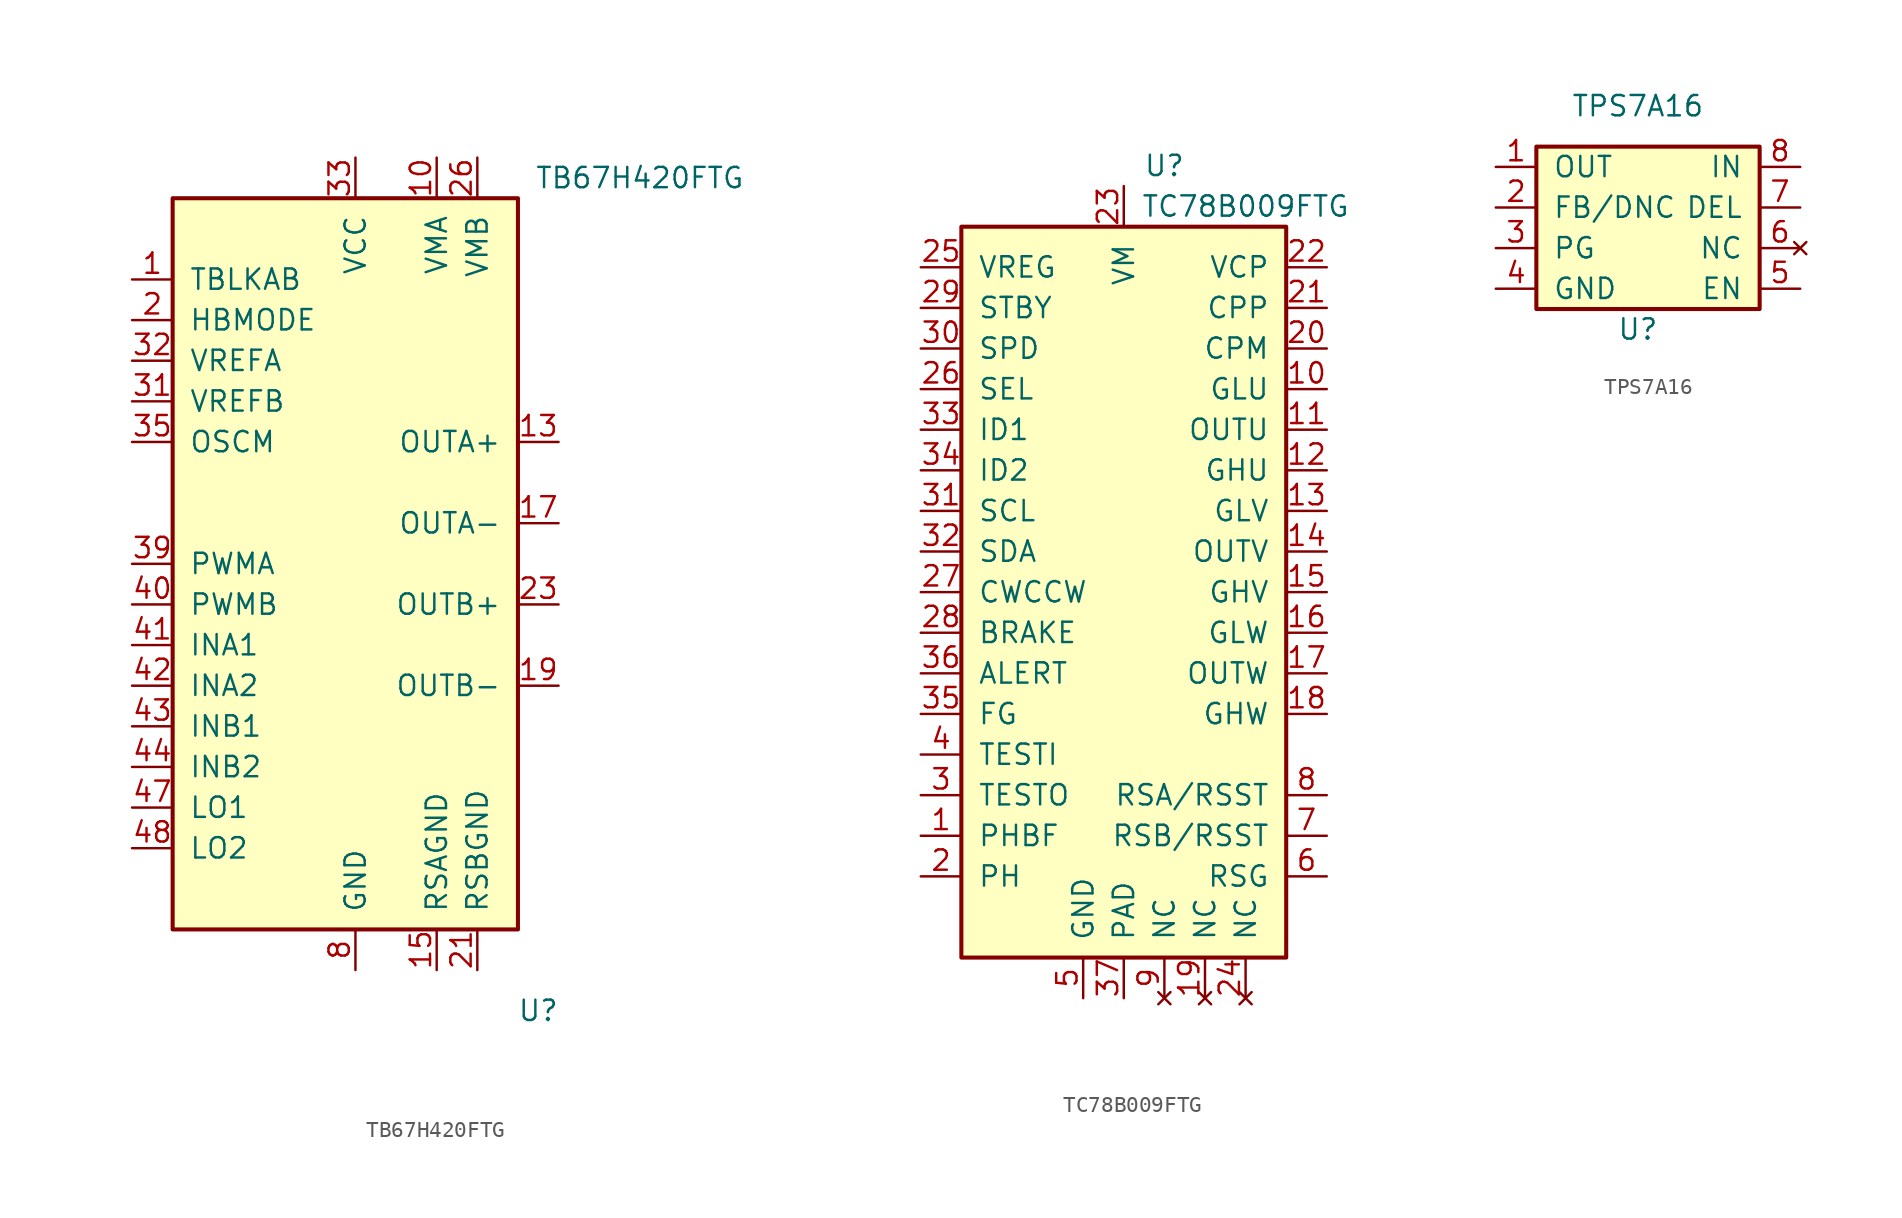
<source format=kicad_sym>
(kicad_symbol_lib
  (version 20211014)
  (generator kicad_symbol_editor)
  (symbol "TB67H420FTG"
    (pin_names
      (offset 1.016))
    (property "Reference" "U"
      (at 11.43 -27.94 0)
      (effects (font (size 1.27 1.27))))
    (property "Value" "TB67H420FTG"
      (at 17.78 24.13 0)
      (effects (font (size 1.27 1.27))))
    (symbol "TB67H420FTG_0_1"
      (rectangle (start -11.43 22.86) (end 10.16 -22.86) (stroke (width 0.254) (type default) (color 0 0 0 0)) (fill (type background))))
    (symbol "TB67H420FTG_1_1"
      (pin input line (at -13.97 17.78 0) (length 2.54) (name "TBLKAB" (effects (font (size 1.27 1.27)))) (number "1" (effects (font (size 1.27 1.27)))))
      (pin power_in line (at 5.08 25.4 270) (length 2.54) (name "VMA" (effects (font (size 1.27 1.27)))) (number "10" (effects (font (size 1.27 1.27)))))
      (pin passive line (at 5.08 25.4 270) (length 2.54) hide (name "VMA" (effects (font (size 1.27 1.27)))) (number "11" (effects (font (size 1.27 1.27)))))
      (pin power_out line (at 12.7 7.62 180) (length 2.54) (name "OUTA+" (effects (font (size 1.27 1.27)))) (number "13" (effects (font (size 1.27 1.27)))))
      (pin passive line (at 12.7 7.62 180) (length 2.54) hide (name "OUTB+" (effects (font (size 1.27 1.27)))) (number "14" (effects (font (size 1.27 1.27)))))
      (pin power_in line (at 5.08 -25.4 90) (length 2.54) (name "RSAGND" (effects (font (size 1.27 1.27)))) (number "15" (effects (font (size 1.27 1.27)))))
      (pin passive line (at 5.08 -25.4 90) (length 2.54) hide (name "RSAGND" (effects (font (size 1.27 1.27)))) (number "16" (effects (font (size 1.27 1.27)))))
      (pin power_out line (at 12.7 2.54 180) (length 2.54) (name "OUTA-" (effects (font (size 1.27 1.27)))) (number "17" (effects (font (size 1.27 1.27)))))
      (pin passive line (at 12.7 2.54 180) (length 2.54) hide (name "OUTA-" (effects (font (size 1.27 1.27)))) (number "18" (effects (font (size 1.27 1.27)))))
      (pin power_out line (at 12.7 -7.62 180) (length 2.54) (name "OUTB-" (effects (font (size 1.27 1.27)))) (number "19" (effects (font (size 1.27 1.27)))))
      (pin input line (at -13.97 15.24 0) (length 2.54) (name "HBMODE" (effects (font (size 1.27 1.27)))) (number "2" (effects (font (size 1.27 1.27)))))
      (pin passive line (at 12.7 -7.62 180) (length 2.54) hide (name "OUTB-" (effects (font (size 1.27 1.27)))) (number "20" (effects (font (size 1.27 1.27)))))
      (pin power_in line (at 7.62 -25.4 90) (length 2.54) (name "RSBGND" (effects (font (size 1.27 1.27)))) (number "21" (effects (font (size 1.27 1.27)))))
      (pin passive line (at 7.62 -25.4 90) (length 2.54) hide (name "RSBGND" (effects (font (size 1.27 1.27)))) (number "22" (effects (font (size 1.27 1.27)))))
      (pin power_out line (at 12.7 -2.54 180) (length 2.54) (name "OUTB+" (effects (font (size 1.27 1.27)))) (number "23" (effects (font (size 1.27 1.27)))))
      (pin passive line (at 12.7 -2.54 180) (length 2.54) hide (name "OUTB+" (effects (font (size 1.27 1.27)))) (number "24" (effects (font (size 1.27 1.27)))))
      (pin power_in line (at 7.62 25.4 270) (length 2.54) (name "VMB" (effects (font (size 1.27 1.27)))) (number "26" (effects (font (size 1.27 1.27)))))
      (pin passive line (at 7.62 25.4 270) (length 2.54) hide (name "VMB" (effects (font (size 1.27 1.27)))) (number "27" (effects (font (size 1.27 1.27)))))
      (pin passive line (at 0 -25.4 90) (length 2.54) hide (name "GND" (effects (font (size 1.27 1.27)))) (number "29" (effects (font (size 1.27 1.27)))))
      (pin passive line (at 0 -25.4 90) (length 2.54) hide (name "GND" (effects (font (size 1.27 1.27)))) (number "30" (effects (font (size 1.27 1.27)))))
      (pin input line (at -13.97 10.16 0) (length 2.54) (name "VREFB" (effects (font (size 1.27 1.27)))) (number "31" (effects (font (size 1.27 1.27)))))
      (pin input line (at -13.97 12.7 0) (length 2.54) (name "VREFA" (effects (font (size 1.27 1.27)))) (number "32" (effects (font (size 1.27 1.27)))))
      (pin power_in line (at 0 25.4 270) (length 2.54) (name "VCC" (effects (font (size 1.27 1.27)))) (number "33" (effects (font (size 1.27 1.27)))))
      (pin passive line (at 0 25.4 270) (length 2.54) hide (name "VCC" (effects (font (size 1.27 1.27)))) (number "34" (effects (font (size 1.27 1.27)))))
      (pin input line (at -13.97 7.62 0) (length 2.54) (name "OSCM" (effects (font (size 1.27 1.27)))) (number "35" (effects (font (size 1.27 1.27)))))
      (pin input line (at -13.97 0 0) (length 2.54) (name "PWMA" (effects (font (size 1.27 1.27)))) (number "39" (effects (font (size 1.27 1.27)))))
      (pin input line (at -13.97 -2.54 0) (length 2.54) (name "PWMB" (effects (font (size 1.27 1.27)))) (number "40" (effects (font (size 1.27 1.27)))))
      (pin input line (at -13.97 -5.08 0) (length 2.54) (name "INA1" (effects (font (size 1.27 1.27)))) (number "41" (effects (font (size 1.27 1.27)))))
      (pin input line (at -13.97 -7.62 0) (length 2.54) (name "INA2" (effects (font (size 1.27 1.27)))) (number "42" (effects (font (size 1.27 1.27)))))
      (pin input line (at -13.97 -10.16 0) (length 2.54) (name "INB1" (effects (font (size 1.27 1.27)))) (number "43" (effects (font (size 1.27 1.27)))))
      (pin input line (at -13.97 -12.7 0) (length 2.54) (name "INB2" (effects (font (size 1.27 1.27)))) (number "44" (effects (font (size 1.27 1.27)))))
      (pin input line (at -13.97 -15.24 0) (length 2.54) (name "LO1" (effects (font (size 1.27 1.27)))) (number "47" (effects (font (size 1.27 1.27)))))
      (pin input line (at -13.97 -17.78 0) (length 2.54) (name "LO2" (effects (font (size 1.27 1.27)))) (number "48" (effects (font (size 1.27 1.27)))))
      (pin passive line (at 0 -25.4 90) (length 2.54) hide (name "GND" (effects (font (size 1.27 1.27)))) (number "49" (effects (font (size 1.27 1.27)))))
      (pin power_in line (at 0 -25.4 90) (length 2.54) (name "GND" (effects (font (size 1.27 1.27)))) (number "8" (effects (font (size 1.27 1.27)))))))
  (symbol "TC78B009FTG"
    (pin_names
      (offset 1.016))
    (property "Reference" "U"
      (at 2.54 26.67 0)
      (effects (font (size 1.27 1.27))))
    (property "Value" "TC78B009FTG"
      (at 7.62 24.13 0)
      (effects (font (size 1.27 1.27))))
    (symbol "TC78B009FTG_0_1"
      (rectangle (start -10.16 22.86) (end 10.16 -22.86) (stroke (width 0.254) (type default) (color 0 0 0 0)) (fill (type background))))
    (symbol "TC78B009FTG_1_1"
      (pin output line (at -12.7 -15.24 0) (length 2.54) (name "PHBF" (effects (font (size 1.27 1.27)))) (number "1" (effects (font (size 1.27 1.27)))))
      (pin output line (at 12.7 12.7 180) (length 2.54) (name "GLU" (effects (font (size 1.27 1.27)))) (number "10" (effects (font (size 1.27 1.27)))))
      (pin input line (at 12.7 10.16 180) (length 2.54) (name "OUTU" (effects (font (size 1.27 1.27)))) (number "11" (effects (font (size 1.27 1.27)))))
      (pin output line (at 12.7 7.62 180) (length 2.54) (name "GHU" (effects (font (size 1.27 1.27)))) (number "12" (effects (font (size 1.27 1.27)))))
      (pin output line (at 12.7 5.08 180) (length 2.54) (name "GLV" (effects (font (size 1.27 1.27)))) (number "13" (effects (font (size 1.27 1.27)))))
      (pin input line (at 12.7 2.54 180) (length 2.54) (name "OUTV" (effects (font (size 1.27 1.27)))) (number "14" (effects (font (size 1.27 1.27)))))
      (pin output line (at 12.7 0 180) (length 2.54) (name "GHV" (effects (font (size 1.27 1.27)))) (number "15" (effects (font (size 1.27 1.27)))))
      (pin output line (at 12.7 -2.54 180) (length 2.54) (name "GLW" (effects (font (size 1.27 1.27)))) (number "16" (effects (font (size 1.27 1.27)))))
      (pin input line (at 12.7 -5.08 180) (length 2.54) (name "OUTW" (effects (font (size 1.27 1.27)))) (number "17" (effects (font (size 1.27 1.27)))))
      (pin output line (at 12.7 -7.62 180) (length 2.54) (name "GHW" (effects (font (size 1.27 1.27)))) (number "18" (effects (font (size 1.27 1.27)))))
      (pin no_connect line (at 5.08 -25.4 90) (length 2.54) (name "NC" (effects (font (size 1.27 1.27)))) (number "19" (effects (font (size 1.27 1.27)))))
      (pin input line (at -12.7 -17.78 0) (length 2.54) (name "PH" (effects (font (size 1.27 1.27)))) (number "2" (effects (font (size 1.27 1.27)))))
      (pin input line (at 12.7 15.24 180) (length 2.54) (name "CPM" (effects (font (size 1.27 1.27)))) (number "20" (effects (font (size 1.27 1.27)))))
      (pin input line (at 12.7 17.78 180) (length 2.54) (name "CPP" (effects (font (size 1.27 1.27)))) (number "21" (effects (font (size 1.27 1.27)))))
      (pin input line (at 12.7 20.32 180) (length 2.54) (name "VCP" (effects (font (size 1.27 1.27)))) (number "22" (effects (font (size 1.27 1.27)))))
      (pin power_in line (at 0 25.4 270) (length 2.54) (name "VM" (effects (font (size 1.27 1.27)))) (number "23" (effects (font (size 1.27 1.27)))))
      (pin no_connect line (at 7.62 -25.4 90) (length 2.54) (name "NC" (effects (font (size 1.27 1.27)))) (number "24" (effects (font (size 1.27 1.27)))))
      (pin power_out line (at -12.7 20.32 0) (length 2.54) (name "VREG" (effects (font (size 1.27 1.27)))) (number "25" (effects (font (size 1.27 1.27)))))
      (pin input line (at -12.7 12.7 0) (length 2.54) (name "SEL" (effects (font (size 1.27 1.27)))) (number "26" (effects (font (size 1.27 1.27)))))
      (pin input line (at -12.7 0 0) (length 2.54) (name "CWCCW" (effects (font (size 1.27 1.27)))) (number "27" (effects (font (size 1.27 1.27)))))
      (pin input line (at -12.7 -2.54 0) (length 2.54) (name "BRAKE" (effects (font (size 1.27 1.27)))) (number "28" (effects (font (size 1.27 1.27)))))
      (pin input line (at -12.7 17.78 0) (length 2.54) (name "STBY" (effects (font (size 1.27 1.27)))) (number "29" (effects (font (size 1.27 1.27)))))
      (pin input line (at -12.7 -12.7 0) (length 2.54) (name "TESTO" (effects (font (size 1.27 1.27)))) (number "3" (effects (font (size 1.27 1.27)))))
      (pin input line (at -12.7 15.24 0) (length 2.54) (name "SPD" (effects (font (size 1.27 1.27)))) (number "30" (effects (font (size 1.27 1.27)))))
      (pin bidirectional line (at -12.7 5.08 0) (length 2.54) (name "SCL" (effects (font (size 1.27 1.27)))) (number "31" (effects (font (size 1.27 1.27)))))
      (pin bidirectional line (at -12.7 2.54 0) (length 2.54) (name "SDA" (effects (font (size 1.27 1.27)))) (number "32" (effects (font (size 1.27 1.27)))))
      (pin input line (at -12.7 10.16 0) (length 2.54) (name "ID1" (effects (font (size 1.27 1.27)))) (number "33" (effects (font (size 1.27 1.27)))))
      (pin input line (at -12.7 7.62 0) (length 2.54) (name "ID2" (effects (font (size 1.27 1.27)))) (number "34" (effects (font (size 1.27 1.27)))))
      (pin output line (at -12.7 -7.62 0) (length 2.54) (name "FG" (effects (font (size 1.27 1.27)))) (number "35" (effects (font (size 1.27 1.27)))))
      (pin output line (at -12.7 -5.08 0) (length 2.54) (name "ALERT" (effects (font (size 1.27 1.27)))) (number "36" (effects (font (size 1.27 1.27)))))
      (pin power_in line (at 0 -25.4 90) (length 2.54) (name "PAD" (effects (font (size 1.27 1.27)))) (number "37" (effects (font (size 1.27 1.27)))))
      (pin input line (at -12.7 -10.16 0) (length 2.54) (name "TESTI" (effects (font (size 1.27 1.27)))) (number "4" (effects (font (size 1.27 1.27)))))
      (pin power_in line (at -2.54 -25.4 90) (length 2.54) (name "GND" (effects (font (size 1.27 1.27)))) (number "5" (effects (font (size 1.27 1.27)))))
      (pin input line (at 12.7 -17.78 180) (length 2.54) (name "RSG" (effects (font (size 1.27 1.27)))) (number "6" (effects (font (size 1.27 1.27)))))
      (pin input line (at 12.7 -15.24 180) (length 2.54) (name "RSB/RSST" (effects (font (size 1.27 1.27)))) (number "7" (effects (font (size 1.27 1.27)))))
      (pin input line (at 12.7 -12.7 180) (length 2.54) (name "RSA/RSST" (effects (font (size 1.27 1.27)))) (number "8" (effects (font (size 1.27 1.27)))))
      (pin no_connect line (at 2.54 -25.4 90) (length 2.54) (name "NC" (effects (font (size 1.27 1.27)))) (number "9" (effects (font (size 1.27 1.27)))))))
  (symbol "TPS7A16"
    (pin_names
      (offset 1.016))
    (property "Reference" "U"
      (at 0 -6.35 0)
      (effects (font (size 1.27 1.27))))
    (property "Value" "TPS7A16"
      (at 0 7.62 0)
      (effects (font (size 1.27 1.27))))
    (symbol "TPS7A16_0_1"
      (rectangle (start -6.35 5.08) (end 7.62 -5.08) (stroke (width 0.254) (type default) (color 0 0 0 0)) (fill (type background))))
    (symbol "TPS7A16_1_1"
      (pin power_out line (at -8.89 3.81 0) (length 2.54) (name "OUT" (effects (font (size 1.27 1.27)))) (number "1" (effects (font (size 1.27 1.27)))))
      (pin input line (at -8.89 1.27 0) (length 2.54) (name "FB/DNC" (effects (font (size 1.27 1.27)))) (number "2" (effects (font (size 1.27 1.27)))))
      (pin input line (at -8.89 -1.27 0) (length 2.54) (name "PG" (effects (font (size 1.27 1.27)))) (number "3" (effects (font (size 1.27 1.27)))))
      (pin power_in line (at -8.89 -3.81 0) (length 2.54) (name "GND" (effects (font (size 1.27 1.27)))) (number "4" (effects (font (size 1.27 1.27)))))
      (pin input line (at 10.16 -3.81 180) (length 2.54) (name "EN" (effects (font (size 1.27 1.27)))) (number "5" (effects (font (size 1.27 1.27)))))
      (pin no_connect line (at 10.16 -1.27 180) (length 2.54) (name "NC" (effects (font (size 1.27 1.27)))) (number "6" (effects (font (size 1.27 1.27)))))
      (pin input line (at 10.16 1.27 180) (length 2.54) (name "DEL" (effects (font (size 1.27 1.27)))) (number "7" (effects (font (size 1.27 1.27)))))
      (pin power_in line (at 10.16 3.81 180) (length 2.54) (name "IN" (effects (font (size 1.27 1.27)))) (number "8" (effects (font (size 1.27 1.27)))))
      (pin passive line (at -8.89 -3.81 0) (length 2.54) hide (name "GND" (effects (font (size 1.27 1.27)))) (number "9" (effects (font (size 1.27 1.27))))))))
</source>
